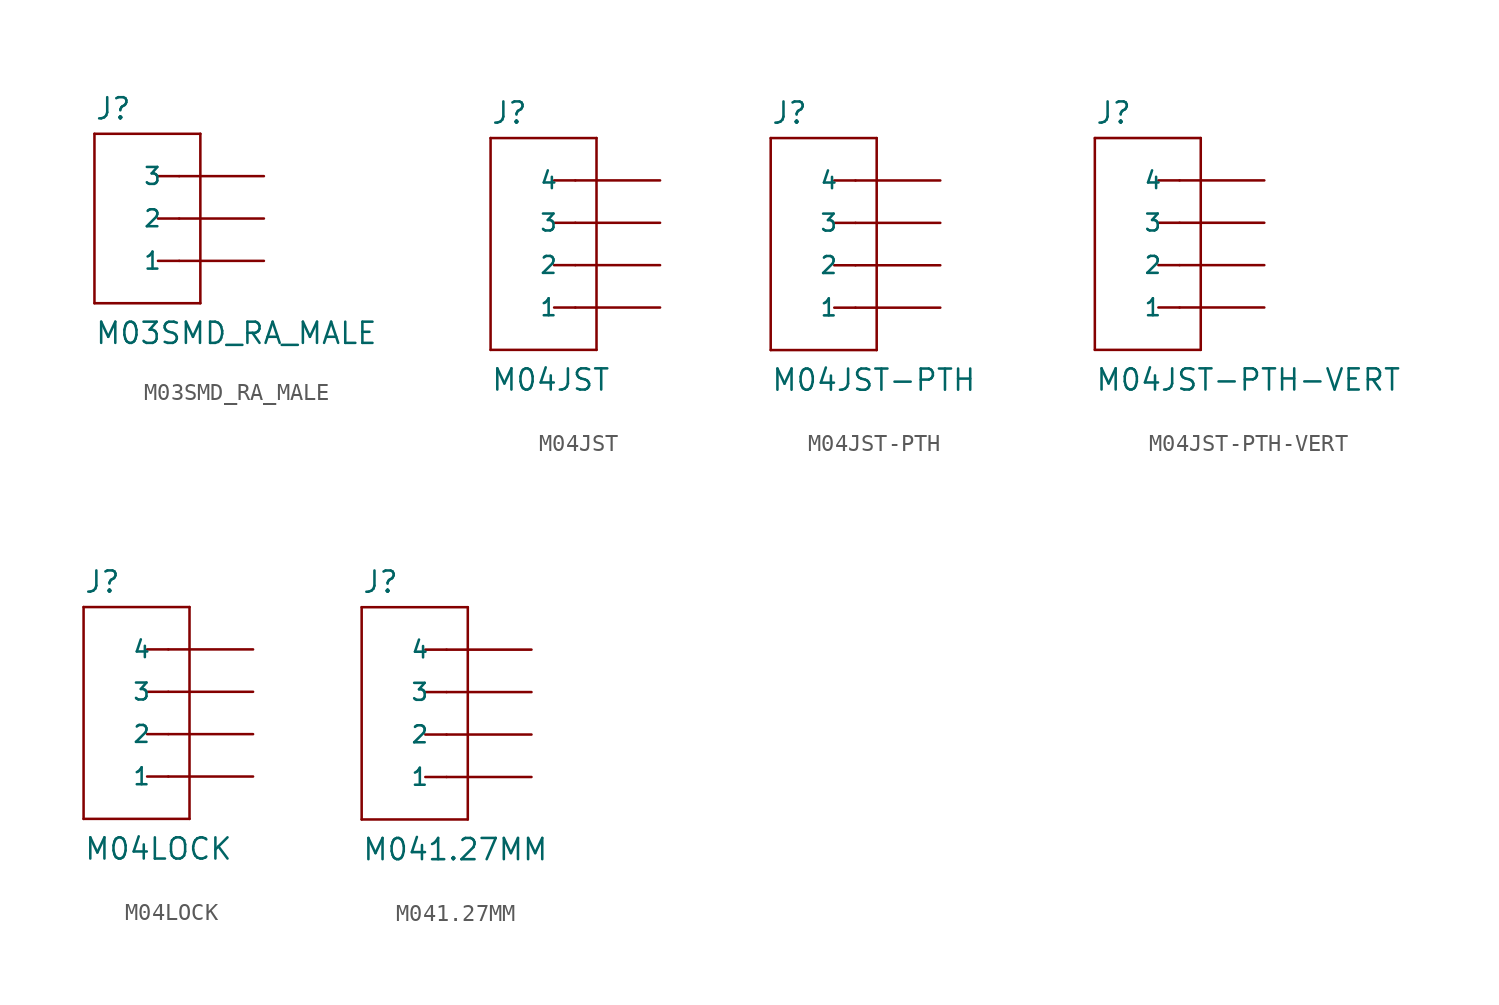
<source format=kicad_sym>
(kicad_symbol_lib
  (version 20211014)
  (generator kicad_symbol_editor)
  (symbol "M03SMD_RA_MALE"
    (pin_numbers hide)
    (pin_names
      (offset 1.016))
    (property "Reference" "J"
      (at -2.54 5.842 0)
      (effects (font (size 1.27 1.27)) (justify left bottom)))
    (property "Value" "M03SMD_RA_MALE"
      (at -2.54 -7.62 0)
      (effects (font (size 1.27 1.27)) (justify left bottom)))
    (property "Datasheet" ""
      (at 0 0 0)
      (effects (font (size 1.524 1.524))))
    (property "ki_locked" ""
      (at 0 0 0)
      (effects (font (size 1.27 1.27))))
    (symbol "M03SMD_RA_MALE_1_0"
      (polyline (pts (xy -2.54 5.08) (xy -2.54 -5.08)) (stroke (width 0) (type default) (color 0 0 0 0)) (fill (type none)))
      (polyline (pts (xy -2.54 5.08) (xy 3.81 5.08)) (stroke (width 0) (type default) (color 0 0 0 0)) (fill (type none)))
      (polyline (pts (xy 1.27 -2.54) (xy 2.54 -2.54)) (stroke (width 0) (type default) (color 0 0 0 0)) (fill (type none)))
      (polyline (pts (xy 1.27 0) (xy 2.54 0)) (stroke (width 0) (type default) (color 0 0 0 0)) (fill (type none)))
      (polyline (pts (xy 1.27 2.54) (xy 2.54 2.54)) (stroke (width 0) (type default) (color 0 0 0 0)) (fill (type none)))
      (polyline (pts (xy 3.81 -5.08) (xy -2.54 -5.08)) (stroke (width 0) (type default) (color 0 0 0 0)) (fill (type none)))
      (polyline (pts (xy 3.81 -5.08) (xy 3.81 5.08)) (stroke (width 0) (type default) (color 0 0 0 0)) (fill (type none))))
    (symbol "M03SMD_RA_MALE_1_1"
      (pin passive line (at 7.62 -2.54 180) (length 5.08) (name "1" (effects (font (size 1.016 1.016)))) (number "1" (effects (font (size 1.016 1.016)))))
      (pin passive line (at 7.62 0 180) (length 5.08) (name "2" (effects (font (size 1.016 1.016)))) (number "2" (effects (font (size 1.016 1.016)))))
      (pin passive line (at 7.62 2.54 180) (length 5.08) (name "3" (effects (font (size 1.016 1.016)))) (number "3" (effects (font (size 1.016 1.016)))))))
  (symbol "M04JST"
    (pin_numbers hide)
    (pin_names
      (offset 1.016))
    (property "Reference" "J"
      (at -5.08 8.382 0)
      (effects (font (size 1.27 1.27)) (justify left bottom)))
    (property "Value" "M04JST"
      (at -5.08 -7.62 0)
      (effects (font (size 1.27 1.27)) (justify left bottom)))
    (property "Datasheet" ""
      (at 0 0 0)
      (effects (font (size 1.524 1.524))))
    (property "ki_locked" ""
      (at 0 0 0)
      (effects (font (size 1.27 1.27))))
    (symbol "M04JST_1_0"
      (polyline (pts (xy -5.08 7.62) (xy -5.08 -5.08)) (stroke (width 0) (type default) (color 0 0 0 0)) (fill (type none)))
      (polyline (pts (xy -5.08 7.62) (xy 1.27 7.62)) (stroke (width 0) (type default) (color 0 0 0 0)) (fill (type none)))
      (polyline (pts (xy -1.27 -2.54) (xy 0 -2.54)) (stroke (width 0) (type default) (color 0 0 0 0)) (fill (type none)))
      (polyline (pts (xy -1.27 0) (xy 0 0)) (stroke (width 0) (type default) (color 0 0 0 0)) (fill (type none)))
      (polyline (pts (xy -1.27 2.54) (xy 0 2.54)) (stroke (width 0) (type default) (color 0 0 0 0)) (fill (type none)))
      (polyline (pts (xy -1.27 5.08) (xy 0 5.08)) (stroke (width 0) (type default) (color 0 0 0 0)) (fill (type none)))
      (polyline (pts (xy 1.27 -5.08) (xy -5.08 -5.08)) (stroke (width 0) (type default) (color 0 0 0 0)) (fill (type none)))
      (polyline (pts (xy 1.27 -5.08) (xy 1.27 7.62)) (stroke (width 0) (type default) (color 0 0 0 0)) (fill (type none))))
    (symbol "M04JST_1_1"
      (pin passive line (at 5.08 -2.54 180) (length 5.08) (name "1" (effects (font (size 1.016 1.016)))) (number "1" (effects (font (size 1.016 1.016)))))
      (pin passive line (at 5.08 0 180) (length 5.08) (name "2" (effects (font (size 1.016 1.016)))) (number "2" (effects (font (size 1.016 1.016)))))
      (pin passive line (at 5.08 2.54 180) (length 5.08) (name "3" (effects (font (size 1.016 1.016)))) (number "3" (effects (font (size 1.016 1.016)))))
      (pin passive line (at 5.08 5.08 180) (length 5.08) (name "4" (effects (font (size 1.016 1.016)))) (number "4" (effects (font (size 1.016 1.016)))))))
  (symbol "M04JST-PTH"
    (pin_numbers hide)
    (pin_names
      (offset 1.016))
    (property "Reference" "J"
      (at -5.08 8.382 0)
      (effects (font (size 1.27 1.27)) (justify left bottom)))
    (property "Value" "M04JST-PTH"
      (at -5.08 -7.62 0)
      (effects (font (size 1.27 1.27)) (justify left bottom)))
    (property "Datasheet" ""
      (at 0 0 0)
      (effects (font (size 1.524 1.524))))
    (property "ki_locked" ""
      (at 0 0 0)
      (effects (font (size 1.27 1.27))))
    (symbol "M04JST-PTH_1_0"
      (polyline (pts (xy -5.08 7.62) (xy -5.08 -5.08)) (stroke (width 0) (type default) (color 0 0 0 0)) (fill (type none)))
      (polyline (pts (xy -5.08 7.62) (xy 1.27 7.62)) (stroke (width 0) (type default) (color 0 0 0 0)) (fill (type none)))
      (polyline (pts (xy -1.27 -2.54) (xy 0 -2.54)) (stroke (width 0) (type default) (color 0 0 0 0)) (fill (type none)))
      (polyline (pts (xy -1.27 0) (xy 0 0)) (stroke (width 0) (type default) (color 0 0 0 0)) (fill (type none)))
      (polyline (pts (xy -1.27 2.54) (xy 0 2.54)) (stroke (width 0) (type default) (color 0 0 0 0)) (fill (type none)))
      (polyline (pts (xy -1.27 5.08) (xy 0 5.08)) (stroke (width 0) (type default) (color 0 0 0 0)) (fill (type none)))
      (polyline (pts (xy 1.27 -5.08) (xy -5.08 -5.08)) (stroke (width 0) (type default) (color 0 0 0 0)) (fill (type none)))
      (polyline (pts (xy 1.27 -5.08) (xy 1.27 7.62)) (stroke (width 0) (type default) (color 0 0 0 0)) (fill (type none))))
    (symbol "M04JST-PTH_1_1"
      (pin passive line (at 5.08 -2.54 180) (length 5.08) (name "1" (effects (font (size 1.016 1.016)))) (number "1" (effects (font (size 1.016 1.016)))))
      (pin passive line (at 5.08 0 180) (length 5.08) (name "2" (effects (font (size 1.016 1.016)))) (number "2" (effects (font (size 1.016 1.016)))))
      (pin passive line (at 5.08 2.54 180) (length 5.08) (name "3" (effects (font (size 1.016 1.016)))) (number "3" (effects (font (size 1.016 1.016)))))
      (pin passive line (at 5.08 5.08 180) (length 5.08) (name "4" (effects (font (size 1.016 1.016)))) (number "4" (effects (font (size 1.016 1.016)))))))
  (symbol "M04JST-PTH-VERT"
    (pin_numbers hide)
    (pin_names
      (offset 1.016))
    (property "Reference" "J"
      (at -5.08 8.382 0)
      (effects (font (size 1.27 1.27)) (justify left bottom)))
    (property "Value" "M04JST-PTH-VERT"
      (at -5.08 -7.62 0)
      (effects (font (size 1.27 1.27)) (justify left bottom)))
    (property "Datasheet" ""
      (at 0 0 0)
      (effects (font (size 1.524 1.524))))
    (property "ki_locked" ""
      (at 0 0 0)
      (effects (font (size 1.27 1.27))))
    (symbol "M04JST-PTH-VERT_1_0"
      (polyline (pts (xy -5.08 7.62) (xy -5.08 -5.08)) (stroke (width 0) (type default) (color 0 0 0 0)) (fill (type none)))
      (polyline (pts (xy -5.08 7.62) (xy 1.27 7.62)) (stroke (width 0) (type default) (color 0 0 0 0)) (fill (type none)))
      (polyline (pts (xy -1.27 -2.54) (xy 0 -2.54)) (stroke (width 0) (type default) (color 0 0 0 0)) (fill (type none)))
      (polyline (pts (xy -1.27 0) (xy 0 0)) (stroke (width 0) (type default) (color 0 0 0 0)) (fill (type none)))
      (polyline (pts (xy -1.27 2.54) (xy 0 2.54)) (stroke (width 0) (type default) (color 0 0 0 0)) (fill (type none)))
      (polyline (pts (xy -1.27 5.08) (xy 0 5.08)) (stroke (width 0) (type default) (color 0 0 0 0)) (fill (type none)))
      (polyline (pts (xy 1.27 -5.08) (xy -5.08 -5.08)) (stroke (width 0) (type default) (color 0 0 0 0)) (fill (type none)))
      (polyline (pts (xy 1.27 -5.08) (xy 1.27 7.62)) (stroke (width 0) (type default) (color 0 0 0 0)) (fill (type none))))
    (symbol "M04JST-PTH-VERT_1_1"
      (pin passive line (at 5.08 -2.54 180) (length 5.08) (name "1" (effects (font (size 1.016 1.016)))) (number "1" (effects (font (size 1.016 1.016)))))
      (pin passive line (at 5.08 0 180) (length 5.08) (name "2" (effects (font (size 1.016 1.016)))) (number "2" (effects (font (size 1.016 1.016)))))
      (pin passive line (at 5.08 2.54 180) (length 5.08) (name "3" (effects (font (size 1.016 1.016)))) (number "3" (effects (font (size 1.016 1.016)))))
      (pin passive line (at 5.08 5.08 180) (length 5.08) (name "4" (effects (font (size 1.016 1.016)))) (number "4" (effects (font (size 1.016 1.016)))))))
  (symbol "M04LOCK"
    (pin_numbers hide)
    (pin_names
      (offset 1.016))
    (property "Reference" "J"
      (at -5.08 8.382 0)
      (effects (font (size 1.27 1.27)) (justify left bottom)))
    (property "Value" "M04LOCK"
      (at -5.08 -7.62 0)
      (effects (font (size 1.27 1.27)) (justify left bottom)))
    (property "Datasheet" ""
      (at 0 0 0)
      (effects (font (size 1.524 1.524))))
    (property "ki_locked" ""
      (at 0 0 0)
      (effects (font (size 1.27 1.27))))
    (symbol "M04LOCK_1_0"
      (polyline (pts (xy -5.08 7.62) (xy -5.08 -5.08)) (stroke (width 0) (type default) (color 0 0 0 0)) (fill (type none)))
      (polyline (pts (xy -5.08 7.62) (xy 1.27 7.62)) (stroke (width 0) (type default) (color 0 0 0 0)) (fill (type none)))
      (polyline (pts (xy -1.27 -2.54) (xy 0 -2.54)) (stroke (width 0) (type default) (color 0 0 0 0)) (fill (type none)))
      (polyline (pts (xy -1.27 0) (xy 0 0)) (stroke (width 0) (type default) (color 0 0 0 0)) (fill (type none)))
      (polyline (pts (xy -1.27 2.54) (xy 0 2.54)) (stroke (width 0) (type default) (color 0 0 0 0)) (fill (type none)))
      (polyline (pts (xy -1.27 5.08) (xy 0 5.08)) (stroke (width 0) (type default) (color 0 0 0 0)) (fill (type none)))
      (polyline (pts (xy 1.27 -5.08) (xy -5.08 -5.08)) (stroke (width 0) (type default) (color 0 0 0 0)) (fill (type none)))
      (polyline (pts (xy 1.27 -5.08) (xy 1.27 7.62)) (stroke (width 0) (type default) (color 0 0 0 0)) (fill (type none))))
    (symbol "M04LOCK_1_1"
      (pin passive line (at 5.08 -2.54 180) (length 5.08) (name "1" (effects (font (size 1.016 1.016)))) (number "1" (effects (font (size 1.016 1.016)))))
      (pin passive line (at 5.08 0 180) (length 5.08) (name "2" (effects (font (size 1.016 1.016)))) (number "2" (effects (font (size 1.016 1.016)))))
      (pin passive line (at 5.08 2.54 180) (length 5.08) (name "3" (effects (font (size 1.016 1.016)))) (number "3" (effects (font (size 1.016 1.016)))))
      (pin passive line (at 5.08 5.08 180) (length 5.08) (name "4" (effects (font (size 1.016 1.016)))) (number "4" (effects (font (size 1.016 1.016)))))))
  (symbol "M041.27MM"
    (pin_numbers hide)
    (pin_names
      (offset 1.016))
    (property "Reference" "J"
      (at -5.08 8.382 0)
      (effects (font (size 1.27 1.27)) (justify left bottom)))
    (property "Value" "M041.27MM"
      (at -5.08 -7.62 0)
      (effects (font (size 1.27 1.27)) (justify left bottom)))
    (property "Datasheet" ""
      (at 0 0 0)
      (effects (font (size 1.524 1.524))))
    (property "ki_locked" ""
      (at 0 0 0)
      (effects (font (size 1.27 1.27))))
    (symbol "M041.27MM_1_0"
      (polyline (pts (xy -5.08 7.62) (xy -5.08 -5.08)) (stroke (width 0) (type default) (color 0 0 0 0)) (fill (type none)))
      (polyline (pts (xy -5.08 7.62) (xy 1.27 7.62)) (stroke (width 0) (type default) (color 0 0 0 0)) (fill (type none)))
      (polyline (pts (xy -1.27 -2.54) (xy 0 -2.54)) (stroke (width 0) (type default) (color 0 0 0 0)) (fill (type none)))
      (polyline (pts (xy -1.27 0) (xy 0 0)) (stroke (width 0) (type default) (color 0 0 0 0)) (fill (type none)))
      (polyline (pts (xy -1.27 2.54) (xy 0 2.54)) (stroke (width 0) (type default) (color 0 0 0 0)) (fill (type none)))
      (polyline (pts (xy -1.27 5.08) (xy 0 5.08)) (stroke (width 0) (type default) (color 0 0 0 0)) (fill (type none)))
      (polyline (pts (xy 1.27 -5.08) (xy -5.08 -5.08)) (stroke (width 0) (type default) (color 0 0 0 0)) (fill (type none)))
      (polyline (pts (xy 1.27 -5.08) (xy 1.27 7.62)) (stroke (width 0) (type default) (color 0 0 0 0)) (fill (type none))))
    (symbol "M041.27MM_1_1"
      (pin passive line (at 5.08 -2.54 180) (length 5.08) (name "1" (effects (font (size 1.016 1.016)))) (number "1" (effects (font (size 1.016 1.016)))))
      (pin passive line (at 5.08 0 180) (length 5.08) (name "2" (effects (font (size 1.016 1.016)))) (number "2" (effects (font (size 1.016 1.016)))))
      (pin passive line (at 5.08 2.54 180) (length 5.08) (name "3" (effects (font (size 1.016 1.016)))) (number "3" (effects (font (size 1.016 1.016)))))
      (pin passive line (at 5.08 5.08 180) (length 5.08) (name "4" (effects (font (size 1.016 1.016)))) (number "4" (effects (font (size 1.016 1.016))))))))
</source>
